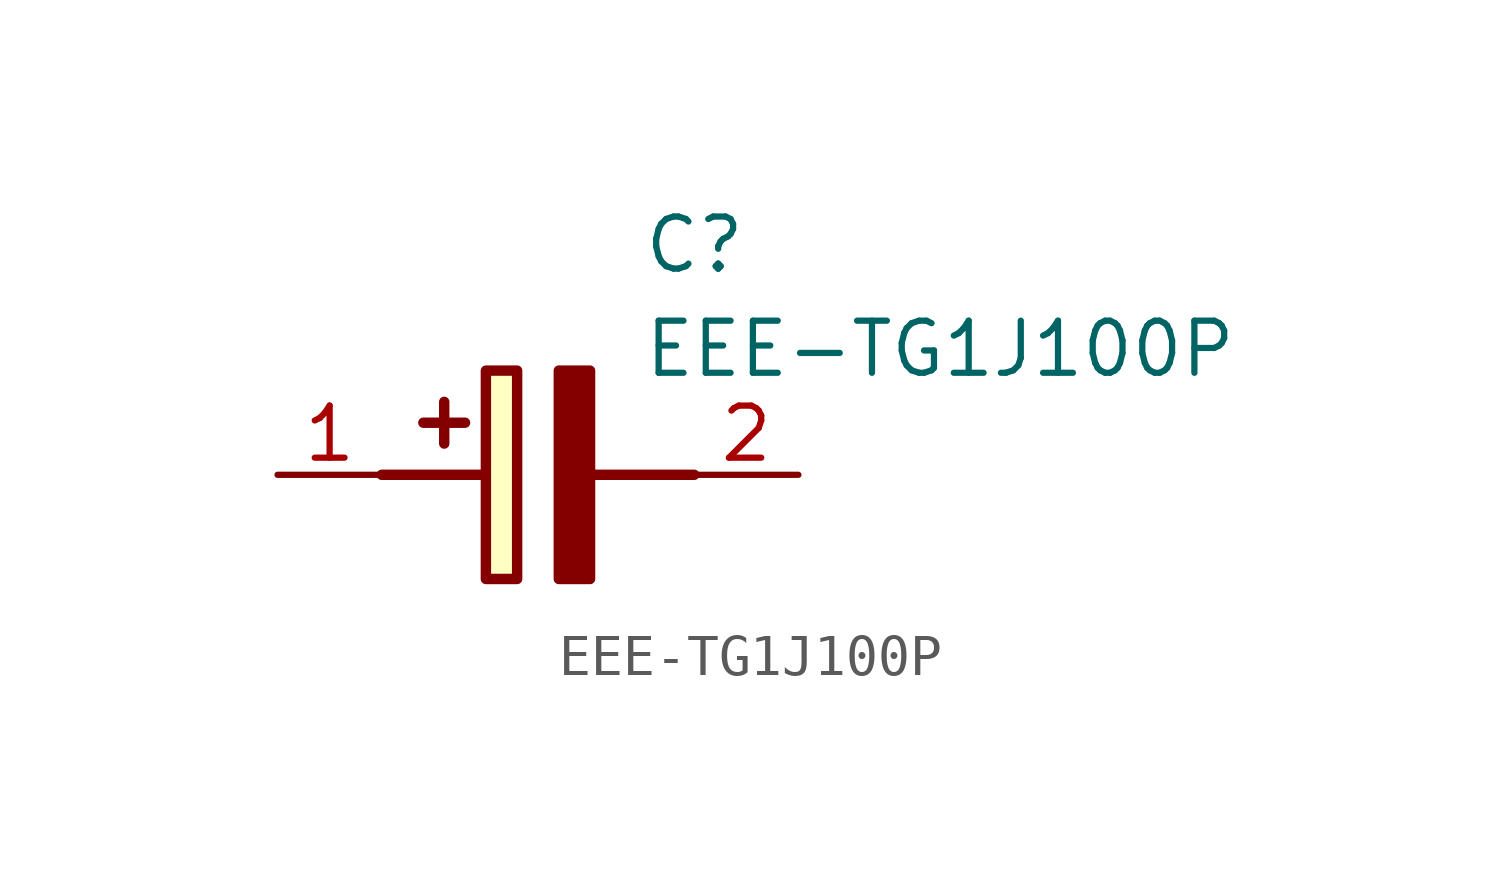
<source format=kicad_sym>
(kicad_symbol_lib
  (version 20211014)
  (generator SamacSys_ECAD_Model)
  (symbol "EEE-TG1J100P"
    (pin_names hide)
    (property "Reference" "C"
      (at 8.89 6.35 0)
      (effects (font (size 1.27 1.27)) (justify left top)))
    (property "Value" "EEE-TG1J100P"
      (at 8.89 3.81 0)
      (effects (font (size 1.27 1.27)) (justify left top)))
    (rectangle
      (start 5.08 2.54)
      (end 5.842 -2.54)
      (stroke (width 0.254) (type default))
      (fill (type background)))
    (polyline
      (pts (xy 4.572 1.27) (xy 3.556 1.27))
      (stroke (width 0.254) (type default))
      (fill (type none)))
    (polyline
      (pts (xy 4.064 1.778) (xy 4.064 0.762))
      (stroke (width 0.254) (type default))
      (fill (type none)))
    (polyline
      (pts (xy 2.54 0) (xy 5.08 0))
      (stroke (width 0.254) (type default))
      (fill (type none)))
    (polyline
      (pts (xy 7.62 0) (xy 10.16 0))
      (stroke (width 0.254) (type default))
      (fill (type none)))
    (polyline
      (pts (xy 7.62 2.54) (xy 7.62 -2.54) (xy 6.858 -2.54) (xy 6.858 2.54) (xy 7.62 2.54))
      (stroke (width 0.254) (type default))
      (fill (type outline)))
    (pin passive line
      (at 0 0 0)
      (length 2.54)
      (name "+" (effects (font (size 1.27 1.27))))
      (number "1" (effects (font (size 1.27 1.27)))))
    (pin passive line
      (at 12.7 0 180)
      (length 2.54)
      (name "-" (effects (font (size 1.27 1.27))))
      (number "2" (effects (font (size 1.27 1.27)))))))
</source>
